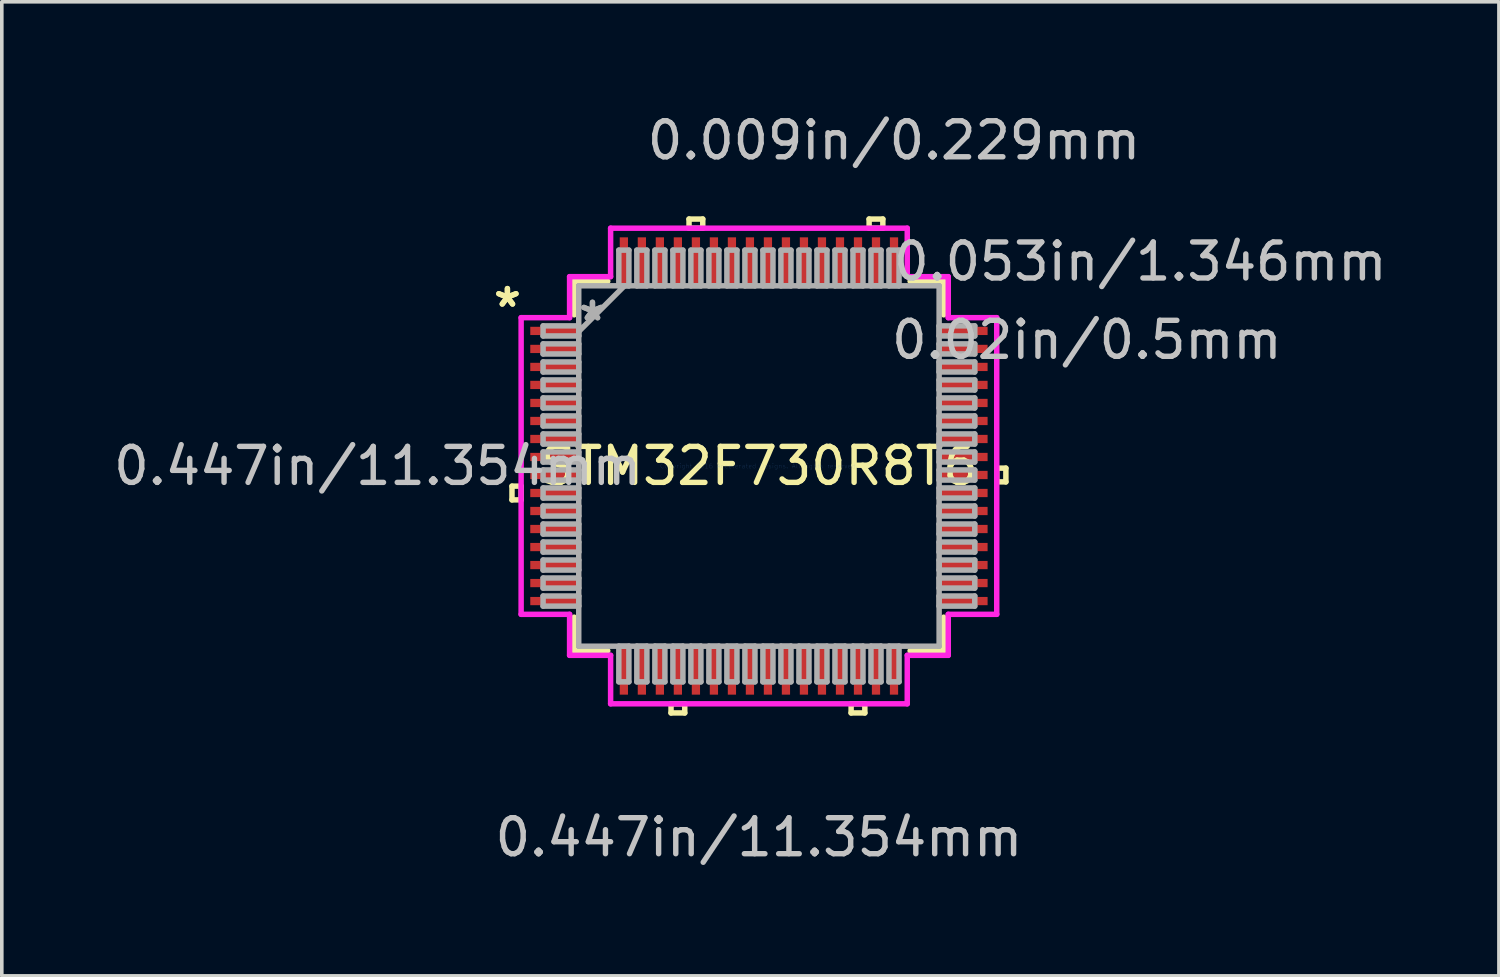
<source format=kicad_pcb>
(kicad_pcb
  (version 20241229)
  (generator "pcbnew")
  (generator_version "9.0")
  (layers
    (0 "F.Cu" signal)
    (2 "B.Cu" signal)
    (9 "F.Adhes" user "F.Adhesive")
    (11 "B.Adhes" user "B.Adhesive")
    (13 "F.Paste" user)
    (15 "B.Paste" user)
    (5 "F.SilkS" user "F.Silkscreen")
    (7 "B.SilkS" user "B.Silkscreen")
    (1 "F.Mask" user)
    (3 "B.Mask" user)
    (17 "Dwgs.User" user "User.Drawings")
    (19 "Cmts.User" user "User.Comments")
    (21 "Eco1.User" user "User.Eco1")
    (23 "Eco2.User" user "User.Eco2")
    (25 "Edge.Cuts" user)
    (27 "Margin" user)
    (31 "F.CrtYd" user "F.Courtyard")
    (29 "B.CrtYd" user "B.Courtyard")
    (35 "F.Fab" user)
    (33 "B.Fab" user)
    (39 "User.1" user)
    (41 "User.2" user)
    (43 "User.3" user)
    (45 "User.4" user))
  (footprint "STM32F730R8T6"
    (layer "F.Cu")
    (at 18.026 9.891)
    (property "Reference" "STM32F730R8T6" (at 0 0 0) (layer "F.SilkS") (effects (font (size 1 1) (thickness 0.15))))
    (attr through_hole)
    (fp_line (start -6.858 0.56) (end -6.858 0.941) (stroke (width 0.152) (type solid)) (layer "F.SilkS"))
    (fp_line (start -6.858 0.941) (end -6.604 0.941) (stroke (width 0.152) (type solid)) (layer "F.SilkS"))
    (fp_line (start -6.604 0.56) (end -6.858 0.56) (stroke (width 0.152) (type solid)) (layer "F.SilkS"))
    (fp_line (start -6.604 0.941) (end -6.604 0.56) (stroke (width 0.152) (type solid)) (layer "F.SilkS"))
    (fp_line (start -5.131 -5.131) (end -5.131 -4.198) (stroke (width 0.152) (type solid)) (layer "F.SilkS"))
    (fp_line (start -5.131 4.198) (end -5.131 5.131) (stroke (width 0.152) (type solid)) (layer "F.SilkS"))
    (fp_line (start -5.131 5.131) (end -4.198 5.131) (stroke (width 0.152) (type solid)) (layer "F.SilkS"))
    (fp_line (start -4.198 -5.131) (end -5.131 -5.131) (stroke (width 0.152) (type solid)) (layer "F.SilkS"))
    (fp_line (start -2.441 6.604) (end -2.441 6.858) (stroke (width 0.152) (type solid)) (layer "F.SilkS"))
    (fp_line (start -2.441 6.858) (end -2.06 6.858) (stroke (width 0.152) (type solid)) (layer "F.SilkS"))
    (fp_line (start -2.06 6.604) (end -2.441 6.604) (stroke (width 0.152) (type solid)) (layer "F.SilkS"))
    (fp_line (start -2.06 6.858) (end -2.06 6.604) (stroke (width 0.152) (type solid)) (layer "F.SilkS"))
    (fp_line (start -1.941 -6.858) (end -1.56 -6.858) (stroke (width 0.152) (type solid)) (layer "F.SilkS"))
    (fp_line (start -1.941 -6.604) (end -1.941 -6.858) (stroke (width 0.152) (type solid)) (layer "F.SilkS"))
    (fp_line (start -1.56 -6.858) (end -1.56 -6.604) (stroke (width 0.152) (type solid)) (layer "F.SilkS"))
    (fp_line (start -1.56 -6.604) (end -1.941 -6.604) (stroke (width 0.152) (type solid)) (layer "F.SilkS"))
    (fp_line (start 2.56 6.604) (end 2.56 6.858) (stroke (width 0.152) (type solid)) (layer "F.SilkS"))
    (fp_line (start 2.56 6.858) (end 2.941 6.858) (stroke (width 0.152) (type solid)) (layer "F.SilkS"))
    (fp_line (start 2.941 6.604) (end 2.56 6.604) (stroke (width 0.152) (type solid)) (layer "F.SilkS"))
    (fp_line (start 2.941 6.858) (end 2.941 6.604) (stroke (width 0.152) (type solid)) (layer "F.SilkS"))
    (fp_line (start 3.06 -6.858) (end 3.441 -6.858) (stroke (width 0.152) (type solid)) (layer "F.SilkS"))
    (fp_line (start 3.06 -6.604) (end 3.06 -6.858) (stroke (width 0.152) (type solid)) (layer "F.SilkS"))
    (fp_line (start 3.441 -6.858) (end 3.441 -6.604) (stroke (width 0.152) (type solid)) (layer "F.SilkS"))
    (fp_line (start 3.441 -6.604) (end 3.06 -6.604) (stroke (width 0.152) (type solid)) (layer "F.SilkS"))
    (fp_line (start 4.198 5.131) (end 5.131 5.131) (stroke (width 0.152) (type solid)) (layer "F.SilkS"))
    (fp_line (start 5.131 -5.131) (end 4.198 -5.131) (stroke (width 0.152) (type solid)) (layer "F.SilkS"))
    (fp_line (start 5.131 -4.198) (end 5.131 -5.131) (stroke (width 0.152) (type solid)) (layer "F.SilkS"))
    (fp_line (start 5.131 5.131) (end 5.131 4.198) (stroke (width 0.152) (type solid)) (layer "F.SilkS"))
    (fp_line (start 6.604 0.06) (end 6.858 0.06) (stroke (width 0.152) (type solid)) (layer "F.SilkS"))
    (fp_line (start 6.604 0.441) (end 6.604 0.06) (stroke (width 0.152) (type solid)) (layer "F.SilkS"))
    (fp_line (start 6.858 0.06) (end 6.858 0.441) (stroke (width 0.152) (type solid)) (layer "F.SilkS"))
    (fp_line (start 6.858 0.441) (end 6.604 0.441) (stroke (width 0.152) (type solid)) (layer "F.SilkS"))
    (fp_line (start -6.604 -4.119) (end -5.258 -4.119) (stroke (width 0.152) (type solid)) (layer "F.CrtYd"))
    (fp_line (start -6.604 4.119) (end -6.604 -4.119) (stroke (width 0.152) (type solid)) (layer "F.CrtYd"))
    (fp_line (start -5.258 -5.258) (end -4.119 -5.258) (stroke (width 0.152) (type solid)) (layer "F.CrtYd"))
    (fp_line (start -5.258 -4.119) (end -5.258 -5.258) (stroke (width 0.152) (type solid)) (layer "F.CrtYd"))
    (fp_line (start -5.258 4.119) (end -6.604 4.119) (stroke (width 0.152) (type solid)) (layer "F.CrtYd"))
    (fp_line (start -5.258 5.258) (end -5.258 4.119) (stroke (width 0.152) (type solid)) (layer "F.CrtYd"))
    (fp_line (start -4.119 -6.604) (end 4.119 -6.604) (stroke (width 0.152) (type solid)) (layer "F.CrtYd"))
    (fp_line (start -4.119 -5.258) (end -4.119 -6.604) (stroke (width 0.152) (type solid)) (layer "F.CrtYd"))
    (fp_line (start -4.119 5.258) (end -5.258 5.258) (stroke (width 0.152) (type solid)) (layer "F.CrtYd"))
    (fp_line (start -4.119 6.604) (end -4.119 5.258) (stroke (width 0.152) (type solid)) (layer "F.CrtYd"))
    (fp_line (start 4.119 -6.604) (end 4.119 -5.258) (stroke (width 0.152) (type solid)) (layer "F.CrtYd"))
    (fp_line (start 4.119 -5.258) (end 5.258 -5.258) (stroke (width 0.152) (type solid)) (layer "F.CrtYd"))
    (fp_line (start 4.119 5.258) (end 4.119 6.604) (stroke (width 0.152) (type solid)) (layer "F.CrtYd"))
    (fp_line (start 4.119 6.604) (end -4.119 6.604) (stroke (width 0.152) (type solid)) (layer "F.CrtYd"))
    (fp_line (start 5.258 -5.258) (end 5.258 -4.119) (stroke (width 0.152) (type solid)) (layer "F.CrtYd"))
    (fp_line (start 5.258 -4.119) (end 6.604 -4.119) (stroke (width 0.152) (type solid)) (layer "F.CrtYd"))
    (fp_line (start 5.258 4.119) (end 5.258 5.258) (stroke (width 0.152) (type solid)) (layer "F.CrtYd"))
    (fp_line (start 5.258 5.258) (end 4.119 5.258) (stroke (width 0.152) (type solid)) (layer "F.CrtYd"))
    (fp_line (start 6.604 -4.119) (end 6.604 4.119) (stroke (width 0.152) (type solid)) (layer "F.CrtYd"))
    (fp_line (start 6.604 4.119) (end 5.258 4.119) (stroke (width 0.152) (type solid)) (layer "F.CrtYd"))
    (fp_line (start -5.994 -3.891) (end -5.994 -3.611) (stroke (width 0.152) (type solid)) (layer "F.Fab"))
    (fp_line (start -5.994 -3.611) (end -5.004 -3.611) (stroke (width 0.152) (type solid)) (layer "F.Fab"))
    (fp_line (start -5.994 -3.391) (end -5.994 -3.111) (stroke (width 0.152) (type solid)) (layer "F.Fab"))
    (fp_line (start -5.994 -3.111) (end -5.004 -3.111) (stroke (width 0.152) (type solid)) (layer "F.Fab"))
    (fp_line (start -5.994 -2.89) (end -5.994 -2.611) (stroke (width 0.152) (type solid)) (layer "F.Fab"))
    (fp_line (start -5.994 -2.611) (end -5.004 -2.611) (stroke (width 0.152) (type solid)) (layer "F.Fab"))
    (fp_line (start -5.994 -2.39) (end -5.994 -2.111) (stroke (width 0.152) (type solid)) (layer "F.Fab"))
    (fp_line (start -5.994 -2.111) (end -5.004 -2.111) (stroke (width 0.152) (type solid)) (layer "F.Fab"))
    (fp_line (start -5.994 -1.89) (end -5.994 -1.611) (stroke (width 0.152) (type solid)) (layer "F.Fab"))
    (fp_line (start -5.994 -1.611) (end -5.004 -1.611) (stroke (width 0.152) (type solid)) (layer "F.Fab"))
    (fp_line (start -5.994 -1.39) (end -5.994 -1.111) (stroke (width 0.152) (type solid)) (layer "F.Fab"))
    (fp_line (start -5.994 -1.111) (end -5.004 -1.111) (stroke (width 0.152) (type solid)) (layer "F.Fab"))
    (fp_line (start -5.994 -0.89) (end -5.994 -0.61) (stroke (width 0.152) (type solid)) (layer "F.Fab"))
    (fp_line (start -5.994 -0.61) (end -5.004 -0.61) (stroke (width 0.152) (type solid)) (layer "F.Fab"))
    (fp_line (start -5.994 -0.39) (end -5.994 -0.11) (stroke (width 0.152) (type solid)) (layer "F.Fab"))
    (fp_line (start -5.994 -0.11) (end -5.004 -0.11) (stroke (width 0.152) (type solid)) (layer "F.Fab"))
    (fp_line (start -5.994 0.11) (end -5.994 0.39) (stroke (width 0.152) (type solid)) (layer "F.Fab"))
    (fp_line (start -5.994 0.39) (end -5.004 0.39) (stroke (width 0.152) (type solid)) (layer "F.Fab"))
    (fp_line (start -5.994 0.61) (end -5.994 0.89) (stroke (width 0.152) (type solid)) (layer "F.Fab"))
    (fp_line (start -5.994 0.89) (end -5.004 0.89) (stroke (width 0.152) (type solid)) (layer "F.Fab"))
    (fp_line (start -5.994 1.111) (end -5.994 1.39) (stroke (width 0.152) (type solid)) (layer "F.Fab"))
    (fp_line (start -5.994 1.39) (end -5.004 1.39) (stroke (width 0.152) (type solid)) (layer "F.Fab"))
    (fp_line (start -5.994 1.611) (end -5.994 1.89) (stroke (width 0.152) (type solid)) (layer "F.Fab"))
    (fp_line (start -5.994 1.89) (end -5.004 1.89) (stroke (width 0.152) (type solid)) (layer "F.Fab"))
    (fp_line (start -5.994 2.111) (end -5.994 2.39) (stroke (width 0.152) (type solid)) (layer "F.Fab"))
    (fp_line (start -5.994 2.39) (end -5.004 2.39) (stroke (width 0.152) (type solid)) (layer "F.Fab"))
    (fp_line (start -5.994 2.611) (end -5.994 2.89) (stroke (width 0.152) (type solid)) (layer "F.Fab"))
    (fp_line (start -5.994 2.89) (end -5.004 2.89) (stroke (width 0.152) (type solid)) (layer "F.Fab"))
    (fp_line (start -5.994 3.111) (end -5.994 3.391) (stroke (width 0.152) (type solid)) (layer "F.Fab"))
    (fp_line (start -5.994 3.391) (end -5.004 3.391) (stroke (width 0.152) (type solid)) (layer "F.Fab"))
    (fp_line (start -5.994 3.611) (end -5.994 3.891) (stroke (width 0.152) (type solid)) (layer "F.Fab"))
    (fp_line (start -5.994 3.891) (end -5.004 3.891) (stroke (width 0.152) (type solid)) (layer "F.Fab"))
    (fp_line (start -5.004 -5.004) (end -5.004 -5.004) (stroke (width 0.152) (type solid)) (layer "F.Fab"))
    (fp_line (start -5.004 -5.004) (end -5.004 5.004) (stroke (width 0.152) (type solid)) (layer "F.Fab"))
    (fp_line (start -5.004 -3.891) (end -5.994 -3.891) (stroke (width 0.152) (type solid)) (layer "F.Fab"))
    (fp_line (start -5.004 -3.734) (end -3.734 -5.004) (stroke (width 0.152) (type solid)) (layer "F.Fab"))
    (fp_line (start -5.004 -3.611) (end -5.004 -3.891) (stroke (width 0.152) (type solid)) (layer "F.Fab"))
    (fp_line (start -5.004 -3.391) (end -5.994 -3.391) (stroke (width 0.152) (type solid)) (layer "F.Fab"))
    (fp_line (start -5.004 -3.111) (end -5.004 -3.391) (stroke (width 0.152) (type solid)) (layer "F.Fab"))
    (fp_line (start -5.004 -2.89) (end -5.994 -2.89) (stroke (width 0.152) (type solid)) (layer "F.Fab"))
    (fp_line (start -5.004 -2.611) (end -5.004 -2.89) (stroke (width 0.152) (type solid)) (layer "F.Fab"))
    (fp_line (start -5.004 -2.39) (end -5.994 -2.39) (stroke (width 0.152) (type solid)) (layer "F.Fab"))
    (fp_line (start -5.004 -2.111) (end -5.004 -2.39) (stroke (width 0.152) (type solid)) (layer "F.Fab"))
    (fp_line (start -5.004 -1.89) (end -5.994 -1.89) (stroke (width 0.152) (type solid)) (layer "F.Fab"))
    (fp_line (start -5.004 -1.611) (end -5.004 -1.89) (stroke (width 0.152) (type solid)) (layer "F.Fab"))
    (fp_line (start -5.004 -1.39) (end -5.994 -1.39) (stroke (width 0.152) (type solid)) (layer "F.Fab"))
    (fp_line (start -5.004 -1.111) (end -5.004 -1.39) (stroke (width 0.152) (type solid)) (layer "F.Fab"))
    (fp_line (start -5.004 -0.89) (end -5.994 -0.89) (stroke (width 0.152) (type solid)) (layer "F.Fab"))
    (fp_line (start -5.004 -0.61) (end -5.004 -0.89) (stroke (width 0.152) (type solid)) (layer "F.Fab"))
    (fp_line (start -5.004 -0.39) (end -5.994 -0.39) (stroke (width 0.152) (type solid)) (layer "F.Fab"))
    (fp_line (start -5.004 -0.11) (end -5.004 -0.39) (stroke (width 0.152) (type solid)) (layer "F.Fab"))
    (fp_line (start -5.004 0.11) (end -5.994 0.11) (stroke (width 0.152) (type solid)) (layer "F.Fab"))
    (fp_line (start -5.004 0.39) (end -5.004 0.11) (stroke (width 0.152) (type solid)) (layer "F.Fab"))
    (fp_line (start -5.004 0.61) (end -5.994 0.61) (stroke (width 0.152) (type solid)) (layer "F.Fab"))
    (fp_line (start -5.004 0.89) (end -5.004 0.61) (stroke (width 0.152) (type solid)) (layer "F.Fab"))
    (fp_line (start -5.004 1.111) (end -5.994 1.111) (stroke (width 0.152) (type solid)) (layer "F.Fab"))
    (fp_line (start -5.004 1.39) (end -5.004 1.111) (stroke (width 0.152) (type solid)) (layer "F.Fab"))
    (fp_line (start -5.004 1.611) (end -5.994 1.611) (stroke (width 0.152) (type solid)) (layer "F.Fab"))
    (fp_line (start -5.004 1.89) (end -5.004 1.611) (stroke (width 0.152) (type solid)) (layer "F.Fab"))
    (fp_line (start -5.004 2.111) (end -5.994 2.111) (stroke (width 0.152) (type solid)) (layer "F.Fab"))
    (fp_line (start -5.004 2.39) (end -5.004 2.111) (stroke (width 0.152) (type solid)) (layer "F.Fab"))
    (fp_line (start -5.004 2.611) (end -5.994 2.611) (stroke (width 0.152) (type solid)) (layer "F.Fab"))
    (fp_line (start -5.004 2.89) (end -5.004 2.611) (stroke (width 0.152) (type solid)) (layer "F.Fab"))
    (fp_line (start -5.004 3.111) (end -5.994 3.111) (stroke (width 0.152) (type solid)) (layer "F.Fab"))
    (fp_line (start -5.004 3.391) (end -5.004 3.111) (stroke (width 0.152) (type solid)) (layer "F.Fab"))
    (fp_line (start -5.004 3.611) (end -5.994 3.611) (stroke (width 0.152) (type solid)) (layer "F.Fab"))
    (fp_line (start -5.004 3.891) (end -5.004 3.611) (stroke (width 0.152) (type solid)) (layer "F.Fab"))
    (fp_line (start -5.004 5.004) (end -5.004 5.004) (stroke (width 0.152) (type solid)) (layer "F.Fab"))
    (fp_line (start -5.004 5.004) (end 5.004 5.004) (stroke (width 0.152) (type solid)) (layer "F.Fab"))
    (fp_line (start -3.891 -5.994) (end -3.891 -5.004) (stroke (width 0.152) (type solid)) (layer "F.Fab"))
    (fp_line (start -3.891 -5.004) (end -3.611 -5.004) (stroke (width 0.152) (type solid)) (layer "F.Fab"))
    (fp_line (start -3.891 5.004) (end -3.891 5.994) (stroke (width 0.152) (type solid)) (layer "F.Fab"))
    (fp_line (start -3.891 5.994) (end -3.611 5.994) (stroke (width 0.152) (type solid)) (layer "F.Fab"))
    (fp_line (start -3.611 -5.994) (end -3.891 -5.994) (stroke (width 0.152) (type solid)) (layer "F.Fab"))
    (fp_line (start -3.611 -5.004) (end -3.611 -5.994) (stroke (width 0.152) (type solid)) (layer "F.Fab"))
    (fp_line (start -3.611 5.004) (end -3.891 5.004) (stroke (width 0.152) (type solid)) (layer "F.Fab"))
    (fp_line (start -3.611 5.994) (end -3.611 5.004) (stroke (width 0.152) (type solid)) (layer "F.Fab"))
    (fp_line (start -3.391 -5.994) (end -3.391 -5.004) (stroke (width 0.152) (type solid)) (layer "F.Fab"))
    (fp_line (start -3.391 -5.004) (end -3.111 -5.004) (stroke (width 0.152) (type solid)) (layer "F.Fab"))
    (fp_line (start -3.391 5.004) (end -3.391 5.994) (stroke (width 0.152) (type solid)) (layer "F.Fab"))
    (fp_line (start -3.391 5.994) (end -3.111 5.994) (stroke (width 0.152) (type solid)) (layer "F.Fab"))
    (fp_line (start -3.111 -5.994) (end -3.391 -5.994) (stroke (width 0.152) (type solid)) (layer "F.Fab"))
    (fp_line (start -3.111 -5.004) (end -3.111 -5.994) (stroke (width 0.152) (type solid)) (layer "F.Fab"))
    (fp_line (start -3.111 5.004) (end -3.391 5.004) (stroke (width 0.152) (type solid)) (layer "F.Fab"))
    (fp_line (start -3.111 5.994) (end -3.111 5.004) (stroke (width 0.152) (type solid)) (layer "F.Fab"))
    (fp_line (start -2.89 -5.994) (end -2.89 -5.004) (stroke (width 0.152) (type solid)) (layer "F.Fab"))
    (fp_line (start -2.89 -5.004) (end -2.611 -5.004) (stroke (width 0.152) (type solid)) (layer "F.Fab"))
    (fp_line (start -2.89 5.004) (end -2.89 5.994) (stroke (width 0.152) (type solid)) (layer "F.Fab"))
    (fp_line (start -2.89 5.994) (end -2.611 5.994) (stroke (width 0.152) (type solid)) (layer "F.Fab"))
    (fp_line (start -2.611 -5.994) (end -2.89 -5.994) (stroke (width 0.152) (type solid)) (layer "F.Fab"))
    (fp_line (start -2.611 -5.004) (end -2.611 -5.994) (stroke (width 0.152) (type solid)) (layer "F.Fab"))
    (fp_line (start -2.611 5.004) (end -2.89 5.004) (stroke (width 0.152) (type solid)) (layer "F.Fab"))
    (fp_line (start -2.611 5.994) (end -2.611 5.004) (stroke (width 0.152) (type solid)) (layer "F.Fab"))
    (fp_line (start -2.39 -5.994) (end -2.39 -5.004) (stroke (width 0.152) (type solid)) (layer "F.Fab"))
    (fp_line (start -2.39 -5.004) (end -2.111 -5.004) (stroke (width 0.152) (type solid)) (layer "F.Fab"))
    (fp_line (start -2.39 5.004) (end -2.39 5.994) (stroke (width 0.152) (type solid)) (layer "F.Fab"))
    (fp_line (start -2.39 5.994) (end -2.111 5.994) (stroke (width 0.152) (type solid)) (layer "F.Fab"))
    (fp_line (start -2.111 -5.994) (end -2.39 -5.994) (stroke (width 0.152) (type solid)) (layer "F.Fab"))
    (fp_line (start -2.111 -5.004) (end -2.111 -5.994) (stroke (width 0.152) (type solid)) (layer "F.Fab"))
    (fp_line (start -2.111 5.004) (end -2.39 5.004) (stroke (width 0.152) (type solid)) (layer "F.Fab"))
    (fp_line (start -2.111 5.994) (end -2.111 5.004) (stroke (width 0.152) (type solid)) (layer "F.Fab"))
    (fp_line (start -1.89 -5.994) (end -1.89 -5.004) (stroke (width 0.152) (type solid)) (layer "F.Fab"))
    (fp_line (start -1.89 -5.004) (end -1.611 -5.004) (stroke (width 0.152) (type solid)) (layer "F.Fab"))
    (fp_line (start -1.89 5.004) (end -1.89 5.994) (stroke (width 0.152) (type solid)) (layer "F.Fab"))
    (fp_line (start -1.89 5.994) (end -1.611 5.994) (stroke (width 0.152) (type solid)) (layer "F.Fab"))
    (fp_line (start -1.611 -5.994) (end -1.89 -5.994) (stroke (width 0.152) (type solid)) (layer "F.Fab"))
    (fp_line (start -1.611 -5.004) (end -1.611 -5.994) (stroke (width 0.152) (type solid)) (layer "F.Fab"))
    (fp_line (start -1.611 5.004) (end -1.89 5.004) (stroke (width 0.152) (type solid)) (layer "F.Fab"))
    (fp_line (start -1.611 5.994) (end -1.611 5.004) (stroke (width 0.152) (type solid)) (layer "F.Fab"))
    (fp_line (start -1.39 -5.994) (end -1.39 -5.004) (stroke (width 0.152) (type solid)) (layer "F.Fab"))
    (fp_line (start -1.39 -5.004) (end -1.111 -5.004) (stroke (width 0.152) (type solid)) (layer "F.Fab"))
    (fp_line (start -1.39 5.004) (end -1.39 5.994) (stroke (width 0.152) (type solid)) (layer "F.Fab"))
    (fp_line (start -1.39 5.994) (end -1.111 5.994) (stroke (width 0.152) (type solid)) (layer "F.Fab"))
    (fp_line (start -1.111 -5.994) (end -1.39 -5.994) (stroke (width 0.152) (type solid)) (layer "F.Fab"))
    (fp_line (start -1.111 -5.004) (end -1.111 -5.994) (stroke (width 0.152) (type solid)) (layer "F.Fab"))
    (fp_line (start -1.111 5.004) (end -1.39 5.004) (stroke (width 0.152) (type solid)) (layer "F.Fab"))
    (fp_line (start -1.111 5.994) (end -1.111 5.004) (stroke (width 0.152) (type solid)) (layer "F.Fab"))
    (fp_line (start -0.89 -5.994) (end -0.89 -5.004) (stroke (width 0.152) (type solid)) (layer "F.Fab"))
    (fp_line (start -0.89 -5.004) (end -0.61 -5.004) (stroke (width 0.152) (type solid)) (layer "F.Fab"))
    (fp_line (start -0.89 5.004) (end -0.89 5.994) (stroke (width 0.152) (type solid)) (layer "F.Fab"))
    (fp_line (start -0.89 5.994) (end -0.61 5.994) (stroke (width 0.152) (type solid)) (layer "F.Fab"))
    (fp_line (start -0.61 -5.994) (end -0.89 -5.994) (stroke (width 0.152) (type solid)) (layer "F.Fab"))
    (fp_line (start -0.61 -5.004) (end -0.61 -5.994) (stroke (width 0.152) (type solid)) (layer "F.Fab"))
    (fp_line (start -0.61 5.004) (end -0.89 5.004) (stroke (width 0.152) (type solid)) (layer "F.Fab"))
    (fp_line (start -0.61 5.994) (end -0.61 5.004) (stroke (width 0.152) (type solid)) (layer "F.Fab"))
    (fp_line (start -0.39 -5.994) (end -0.39 -5.004) (stroke (width 0.152) (type solid)) (layer "F.Fab"))
    (fp_line (start -0.39 -5.004) (end -0.11 -5.004) (stroke (width 0.152) (type solid)) (layer "F.Fab"))
    (fp_line (start -0.39 5.004) (end -0.39 5.994) (stroke (width 0.152) (type solid)) (layer "F.Fab"))
    (fp_line (start -0.39 5.994) (end -0.11 5.994) (stroke (width 0.152) (type solid)) (layer "F.Fab"))
    (fp_line (start -0.11 -5.994) (end -0.39 -5.994) (stroke (width 0.152) (type solid)) (layer "F.Fab"))
    (fp_line (start -0.11 -5.004) (end -0.11 -5.994) (stroke (width 0.152) (type solid)) (layer "F.Fab"))
    (fp_line (start -0.11 5.004) (end -0.39 5.004) (stroke (width 0.152) (type solid)) (layer "F.Fab"))
    (fp_line (start -0.11 5.994) (end -0.11 5.004) (stroke (width 0.152) (type solid)) (layer "F.Fab"))
    (fp_line (start 0.11 -5.994) (end 0.11 -5.004) (stroke (width 0.152) (type solid)) (layer "F.Fab"))
    (fp_line (start 0.11 -5.004) (end 0.39 -5.004) (stroke (width 0.152) (type solid)) (layer "F.Fab"))
    (fp_line (start 0.11 5.004) (end 0.11 5.994) (stroke (width 0.152) (type solid)) (layer "F.Fab"))
    (fp_line (start 0.11 5.994) (end 0.39 5.994) (stroke (width 0.152) (type solid)) (layer "F.Fab"))
    (fp_line (start 0.39 -5.994) (end 0.11 -5.994) (stroke (width 0.152) (type solid)) (layer "F.Fab"))
    (fp_line (start 0.39 -5.004) (end 0.39 -5.994) (stroke (width 0.152) (type solid)) (layer "F.Fab"))
    (fp_line (start 0.39 5.004) (end 0.11 5.004) (stroke (width 0.152) (type solid)) (layer "F.Fab"))
    (fp_line (start 0.39 5.994) (end 0.39 5.004) (stroke (width 0.152) (type solid)) (layer "F.Fab"))
    (fp_line (start 0.61 -5.994) (end 0.61 -5.004) (stroke (width 0.152) (type solid)) (layer "F.Fab"))
    (fp_line (start 0.61 -5.004) (end 0.89 -5.004) (stroke (width 0.152) (type solid)) (layer "F.Fab"))
    (fp_line (start 0.61 5.004) (end 0.61 5.994) (stroke (width 0.152) (type solid)) (layer "F.Fab"))
    (fp_line (start 0.61 5.994) (end 0.89 5.994) (stroke (width 0.152) (type solid)) (layer "F.Fab"))
    (fp_line (start 0.89 -5.994) (end 0.61 -5.994) (stroke (width 0.152) (type solid)) (layer "F.Fab"))
    (fp_line (start 0.89 -5.004) (end 0.89 -5.994) (stroke (width 0.152) (type solid)) (layer "F.Fab"))
    (fp_line (start 0.89 5.004) (end 0.61 5.004) (stroke (width 0.152) (type solid)) (layer "F.Fab"))
    (fp_line (start 0.89 5.994) (end 0.89 5.004) (stroke (width 0.152) (type solid)) (layer "F.Fab"))
    (fp_line (start 1.111 -5.994) (end 1.111 -5.004) (stroke (width 0.152) (type solid)) (layer "F.Fab"))
    (fp_line (start 1.111 -5.004) (end 1.39 -5.004) (stroke (width 0.152) (type solid)) (layer "F.Fab"))
    (fp_line (start 1.111 5.004) (end 1.111 5.994) (stroke (width 0.152) (type solid)) (layer "F.Fab"))
    (fp_line (start 1.111 5.994) (end 1.39 5.994) (stroke (width 0.152) (type solid)) (layer "F.Fab"))
    (fp_line (start 1.39 -5.994) (end 1.111 -5.994) (stroke (width 0.152) (type solid)) (layer "F.Fab"))
    (fp_line (start 1.39 -5.004) (end 1.39 -5.994) (stroke (width 0.152) (type solid)) (layer "F.Fab"))
    (fp_line (start 1.39 5.004) (end 1.111 5.004) (stroke (width 0.152) (type solid)) (layer "F.Fab"))
    (fp_line (start 1.39 5.994) (end 1.39 5.004) (stroke (width 0.152) (type solid)) (layer "F.Fab"))
    (fp_line (start 1.611 -5.994) (end 1.611 -5.004) (stroke (width 0.152) (type solid)) (layer "F.Fab"))
    (fp_line (start 1.611 -5.004) (end 1.89 -5.004) (stroke (width 0.152) (type solid)) (layer "F.Fab"))
    (fp_line (start 1.611 5.004) (end 1.611 5.994) (stroke (width 0.152) (type solid)) (layer "F.Fab"))
    (fp_line (start 1.611 5.994) (end 1.89 5.994) (stroke (width 0.152) (type solid)) (layer "F.Fab"))
    (fp_line (start 1.89 -5.994) (end 1.611 -5.994) (stroke (width 0.152) (type solid)) (layer "F.Fab"))
    (fp_line (start 1.89 -5.004) (end 1.89 -5.994) (stroke (width 0.152) (type solid)) (layer "F.Fab"))
    (fp_line (start 1.89 5.004) (end 1.611 5.004) (stroke (width 0.152) (type solid)) (layer "F.Fab"))
    (fp_line (start 1.89 5.994) (end 1.89 5.004) (stroke (width 0.152) (type solid)) (layer "F.Fab"))
    (fp_line (start 2.111 -5.994) (end 2.111 -5.004) (stroke (width 0.152) (type solid)) (layer "F.Fab"))
    (fp_line (start 2.111 -5.004) (end 2.39 -5.004) (stroke (width 0.152) (type solid)) (layer "F.Fab"))
    (fp_line (start 2.111 5.004) (end 2.111 5.994) (stroke (width 0.152) (type solid)) (layer "F.Fab"))
    (fp_line (start 2.111 5.994) (end 2.39 5.994) (stroke (width 0.152) (type solid)) (layer "F.Fab"))
    (fp_line (start 2.39 -5.994) (end 2.111 -5.994) (stroke (width 0.152) (type solid)) (layer "F.Fab"))
    (fp_line (start 2.39 -5.004) (end 2.39 -5.994) (stroke (width 0.152) (type solid)) (layer "F.Fab"))
    (fp_line (start 2.39 5.004) (end 2.111 5.004) (stroke (width 0.152) (type solid)) (layer "F.Fab"))
    (fp_line (start 2.39 5.994) (end 2.39 5.004) (stroke (width 0.152) (type solid)) (layer "F.Fab"))
    (fp_line (start 2.611 -5.994) (end 2.611 -5.004) (stroke (width 0.152) (type solid)) (layer "F.Fab"))
    (fp_line (start 2.611 -5.004) (end 2.89 -5.004) (stroke (width 0.152) (type solid)) (layer "F.Fab"))
    (fp_line (start 2.611 5.004) (end 2.611 5.994) (stroke (width 0.152) (type solid)) (layer "F.Fab"))
    (fp_line (start 2.611 5.994) (end 2.89 5.994) (stroke (width 0.152) (type solid)) (layer "F.Fab"))
    (fp_line (start 2.89 -5.994) (end 2.611 -5.994) (stroke (width 0.152) (type solid)) (layer "F.Fab"))
    (fp_line (start 2.89 -5.004) (end 2.89 -5.994) (stroke (width 0.152) (type solid)) (layer "F.Fab"))
    (fp_line (start 2.89 5.004) (end 2.611 5.004) (stroke (width 0.152) (type solid)) (layer "F.Fab"))
    (fp_line (start 2.89 5.994) (end 2.89 5.004) (stroke (width 0.152) (type solid)) (layer "F.Fab"))
    (fp_line (start 3.111 -5.994) (end 3.111 -5.004) (stroke (width 0.152) (type solid)) (layer "F.Fab"))
    (fp_line (start 3.111 -5.004) (end 3.391 -5.004) (stroke (width 0.152) (type solid)) (layer "F.Fab"))
    (fp_line (start 3.111 5.004) (end 3.111 5.994) (stroke (width 0.152) (type solid)) (layer "F.Fab"))
    (fp_line (start 3.111 5.994) (end 3.391 5.994) (stroke (width 0.152) (type solid)) (layer "F.Fab"))
    (fp_line (start 3.391 -5.994) (end 3.111 -5.994) (stroke (width 0.152) (type solid)) (layer "F.Fab"))
    (fp_line (start 3.391 -5.004) (end 3.391 -5.994) (stroke (width 0.152) (type solid)) (layer "F.Fab"))
    (fp_line (start 3.391 5.004) (end 3.111 5.004) (stroke (width 0.152) (type solid)) (layer "F.Fab"))
    (fp_line (start 3.391 5.994) (end 3.391 5.004) (stroke (width 0.152) (type solid)) (layer "F.Fab"))
    (fp_line (start 3.611 -5.994) (end 3.611 -5.004) (stroke (width 0.152) (type solid)) (layer "F.Fab"))
    (fp_line (start 3.611 -5.004) (end 3.891 -5.004) (stroke (width 0.152) (type solid)) (layer "F.Fab"))
    (fp_line (start 3.611 5.004) (end 3.611 5.994) (stroke (width 0.152) (type solid)) (layer "F.Fab"))
    (fp_line (start 3.611 5.994) (end 3.891 5.994) (stroke (width 0.152) (type solid)) (layer "F.Fab"))
    (fp_line (start 3.891 -5.994) (end 3.611 -5.994) (stroke (width 0.152) (type solid)) (layer "F.Fab"))
    (fp_line (start 3.891 -5.004) (end 3.891 -5.994) (stroke (width 0.152) (type solid)) (layer "F.Fab"))
    (fp_line (start 3.891 5.004) (end 3.611 5.004) (stroke (width 0.152) (type solid)) (layer "F.Fab"))
    (fp_line (start 3.891 5.994) (end 3.891 5.004) (stroke (width 0.152) (type solid)) (layer "F.Fab"))
    (fp_line (start 5.004 -5.004) (end -5.004 -5.004) (stroke (width 0.152) (type solid)) (layer "F.Fab"))
    (fp_line (start 5.004 -5.004) (end 5.004 -5.004) (stroke (width 0.152) (type solid)) (layer "F.Fab"))
    (fp_line (start 5.004 -3.891) (end 5.004 -3.611) (stroke (width 0.152) (type solid)) (layer "F.Fab"))
    (fp_line (start 5.004 -3.611) (end 5.994 -3.611) (stroke (width 0.152) (type solid)) (layer "F.Fab"))
    (fp_line (start 5.004 -3.391) (end 5.004 -3.111) (stroke (width 0.152) (type solid)) (layer "F.Fab"))
    (fp_line (start 5.004 -3.111) (end 5.994 -3.111) (stroke (width 0.152) (type solid)) (layer "F.Fab"))
    (fp_line (start 5.004 -2.89) (end 5.004 -2.611) (stroke (width 0.152) (type solid)) (layer "F.Fab"))
    (fp_line (start 5.004 -2.611) (end 5.994 -2.611) (stroke (width 0.152) (type solid)) (layer "F.Fab"))
    (fp_line (start 5.004 -2.39) (end 5.004 -2.111) (stroke (width 0.152) (type solid)) (layer "F.Fab"))
    (fp_line (start 5.004 -2.111) (end 5.994 -2.111) (stroke (width 0.152) (type solid)) (layer "F.Fab"))
    (fp_line (start 5.004 -1.89) (end 5.004 -1.611) (stroke (width 0.152) (type solid)) (layer "F.Fab"))
    (fp_line (start 5.004 -1.611) (end 5.994 -1.611) (stroke (width 0.152) (type solid)) (layer "F.Fab"))
    (fp_line (start 5.004 -1.39) (end 5.004 -1.111) (stroke (width 0.152) (type solid)) (layer "F.Fab"))
    (fp_line (start 5.004 -1.111) (end 5.994 -1.111) (stroke (width 0.152) (type solid)) (layer "F.Fab"))
    (fp_line (start 5.004 -0.89) (end 5.004 -0.61) (stroke (width 0.152) (type solid)) (layer "F.Fab"))
    (fp_line (start 5.004 -0.61) (end 5.994 -0.61) (stroke (width 0.152) (type solid)) (layer "F.Fab"))
    (fp_line (start 5.004 -0.39) (end 5.004 -0.11) (stroke (width 0.152) (type solid)) (layer "F.Fab"))
    (fp_line (start 5.004 -0.11) (end 5.994 -0.11) (stroke (width 0.152) (type solid)) (layer "F.Fab"))
    (fp_line (start 5.004 0.11) (end 5.004 0.39) (stroke (width 0.152) (type solid)) (layer "F.Fab"))
    (fp_line (start 5.004 0.39) (end 5.994 0.39) (stroke (width 0.152) (type solid)) (layer "F.Fab"))
    (fp_line (start 5.004 0.61) (end 5.004 0.89) (stroke (width 0.152) (type solid)) (layer "F.Fab"))
    (fp_line (start 5.004 0.89) (end 5.994 0.89) (stroke (width 0.152) (type solid)) (layer "F.Fab"))
    (fp_line (start 5.004 1.111) (end 5.004 1.39) (stroke (width 0.152) (type solid)) (layer "F.Fab"))
    (fp_line (start 5.004 1.39) (end 5.994 1.39) (stroke (width 0.152) (type solid)) (layer "F.Fab"))
    (fp_line (start 5.004 1.611) (end 5.004 1.89) (stroke (width 0.152) (type solid)) (layer "F.Fab"))
    (fp_line (start 5.004 1.89) (end 5.994 1.89) (stroke (width 0.152) (type solid)) (layer "F.Fab"))
    (fp_line (start 5.004 2.111) (end 5.004 2.39) (stroke (width 0.152) (type solid)) (layer "F.Fab"))
    (fp_line (start 5.004 2.39) (end 5.994 2.39) (stroke (width 0.152) (type solid)) (layer "F.Fab"))
    (fp_line (start 5.004 2.611) (end 5.004 2.89) (stroke (width 0.152) (type solid)) (layer "F.Fab"))
    (fp_line (start 5.004 2.89) (end 5.994 2.89) (stroke (width 0.152) (type solid)) (layer "F.Fab"))
    (fp_line (start 5.004 3.111) (end 5.004 3.391) (stroke (width 0.152) (type solid)) (layer "F.Fab"))
    (fp_line (start 5.004 3.391) (end 5.994 3.391) (stroke (width 0.152) (type solid)) (layer "F.Fab"))
    (fp_line (start 5.004 3.611) (end 5.004 3.891) (stroke (width 0.152) (type solid)) (layer "F.Fab"))
    (fp_line (start 5.004 3.891) (end 5.994 3.891) (stroke (width 0.152) (type solid)) (layer "F.Fab"))
    (fp_line (start 5.004 5.004) (end 5.004 -5.004) (stroke (width 0.152) (type solid)) (layer "F.Fab"))
    (fp_line (start 5.004 5.004) (end 5.004 5.004) (stroke (width 0.152) (type solid)) (layer "F.Fab"))
    (fp_line (start 5.994 -3.891) (end 5.004 -3.891) (stroke (width 0.152) (type solid)) (layer "F.Fab"))
    (fp_line (start 5.994 -3.611) (end 5.994 -3.891) (stroke (width 0.152) (type solid)) (layer "F.Fab"))
    (fp_line (start 5.994 -3.391) (end 5.004 -3.391) (stroke (width 0.152) (type solid)) (layer "F.Fab"))
    (fp_line (start 5.994 -3.111) (end 5.994 -3.391) (stroke (width 0.152) (type solid)) (layer "F.Fab"))
    (fp_line (start 5.994 -2.89) (end 5.004 -2.89) (stroke (width 0.152) (type solid)) (layer "F.Fab"))
    (fp_line (start 5.994 -2.611) (end 5.994 -2.89) (stroke (width 0.152) (type solid)) (layer "F.Fab"))
    (fp_line (start 5.994 -2.39) (end 5.004 -2.39) (stroke (width 0.152) (type solid)) (layer "F.Fab"))
    (fp_line (start 5.994 -2.111) (end 5.994 -2.39) (stroke (width 0.152) (type solid)) (layer "F.Fab"))
    (fp_line (start 5.994 -1.89) (end 5.004 -1.89) (stroke (width 0.152) (type solid)) (layer "F.Fab"))
    (fp_line (start 5.994 -1.611) (end 5.994 -1.89) (stroke (width 0.152) (type solid)) (layer "F.Fab"))
    (fp_line (start 5.994 -1.39) (end 5.004 -1.39) (stroke (width 0.152) (type solid)) (layer "F.Fab"))
    (fp_line (start 5.994 -1.111) (end 5.994 -1.39) (stroke (width 0.152) (type solid)) (layer "F.Fab"))
    (fp_line (start 5.994 -0.89) (end 5.004 -0.89) (stroke (width 0.152) (type solid)) (layer "F.Fab"))
    (fp_line (start 5.994 -0.61) (end 5.994 -0.89) (stroke (width 0.152) (type solid)) (layer "F.Fab"))
    (fp_line (start 5.994 -0.39) (end 5.004 -0.39) (stroke (width 0.152) (type solid)) (layer "F.Fab"))
    (fp_line (start 5.994 -0.11) (end 5.994 -0.39) (stroke (width 0.152) (type solid)) (layer "F.Fab"))
    (fp_line (start 5.994 0.11) (end 5.004 0.11) (stroke (width 0.152) (type solid)) (layer "F.Fab"))
    (fp_line (start 5.994 0.39) (end 5.994 0.11) (stroke (width 0.152) (type solid)) (layer "F.Fab"))
    (fp_line (start 5.994 0.61) (end 5.004 0.61) (stroke (width 0.152) (type solid)) (layer "F.Fab"))
    (fp_line (start 5.994 0.89) (end 5.994 0.61) (stroke (width 0.152) (type solid)) (layer "F.Fab"))
    (fp_line (start 5.994 1.111) (end 5.004 1.111) (stroke (width 0.152) (type solid)) (layer "F.Fab"))
    (fp_line (start 5.994 1.39) (end 5.994 1.111) (stroke (width 0.152) (type solid)) (layer "F.Fab"))
    (fp_line (start 5.994 1.611) (end 5.004 1.611) (stroke (width 0.152) (type solid)) (layer "F.Fab"))
    (fp_line (start 5.994 1.89) (end 5.994 1.611) (stroke (width 0.152) (type solid)) (layer "F.Fab"))
    (fp_line (start 5.994 2.111) (end 5.004 2.111) (stroke (width 0.152) (type solid)) (layer "F.Fab"))
    (fp_line (start 5.994 2.39) (end 5.994 2.111) (stroke (width 0.152) (type solid)) (layer "F.Fab"))
    (fp_line (start 5.994 2.611) (end 5.004 2.611) (stroke (width 0.152) (type solid)) (layer "F.Fab"))
    (fp_line (start 5.994 2.89) (end 5.994 2.611) (stroke (width 0.152) (type solid)) (layer "F.Fab"))
    (fp_line (start 5.994 3.111) (end 5.004 3.111) (stroke (width 0.152) (type solid)) (layer "F.Fab"))
    (fp_line (start 5.994 3.391) (end 5.994 3.111) (stroke (width 0.152) (type solid)) (layer "F.Fab"))
    (fp_line (start 5.994 3.611) (end 5.004 3.611) (stroke (width 0.152) (type solid)) (layer "F.Fab"))
    (fp_line (start 5.994 3.891) (end 5.994 3.611) (stroke (width 0.152) (type solid)) (layer "F.Fab"))
    (fp_text user "*" (at -6.985 -4.382 0) (layer "F.SilkS") (effects (font (size 1 1) (thickness 0.15))))
    (fp_text user "*" (at -6.985 -4.382 0) (layer "F.SilkS") (effects (font (size 1 1) (thickness 0.15))))
    (fp_text user "0.447in/11.354mm" (at -10.592 0 0) (layer "Dwgs.User") (effects (font (size 1 1) (thickness 0.15))))
    (fp_text user "0.447in/11.354mm" (at 0 10.312 0) (layer "Dwgs.User") (effects (font (size 1 1) (thickness 0.15))))
    (fp_text user "0.009in/0.229mm" (at 3.751 -9.042 0) (layer "Dwgs.User") (effects (font (size 1 1) (thickness 0.15))))
    (fp_text user "0.053in/1.346mm" (at 10.592 -5.677 0) (layer "Dwgs.User") (effects (font (size 1 1) (thickness 0.15))))
    (fp_text user "0.02in/0.5mm" (at 9.106 -3.501 0) (layer "Dwgs.User") (effects (font (size 1 1) (thickness 0.15))))
    (fp_text user "Copyright 2016 Accelerated Designs. All rights reserved." (at 0 0 0) (layer "Cmts.User") (effects (font (size 0.127 0.127) (thickness 0.002))))
    (fp_text user "*" (at -4.623 -4.001 0) (layer "F.Fab") (effects (font (size 1 1) (thickness 0.15))))
    (fp_text user "*" (at -4.623 -4.001 0) (layer "F.Fab") (effects (font (size 1 1) (thickness 0.15))))
    (pad "1" smd rect (at -5.677 -3.751 90) (size 0.229 1.346) (layers "F.Cu" "F.Mask" "F.Paste"))
    (pad "2" smd rect (at -5.677 -3.251 90) (size 0.229 1.346) (layers "F.Cu" "F.Mask" "F.Paste"))
    (pad "3" smd rect (at -5.677 -2.751 90) (size 0.229 1.346) (layers "F.Cu" "F.Mask" "F.Paste"))
    (pad "4" smd rect (at -5.677 -2.251 90) (size 0.229 1.346) (layers "F.Cu" "F.Mask" "F.Paste"))
    (pad "5" smd rect (at -5.677 -1.75 90) (size 0.229 1.346) (layers "F.Cu" "F.Mask" "F.Paste"))
    (pad "6" smd rect (at -5.677 -1.25 90) (size 0.229 1.346) (layers "F.Cu" "F.Mask" "F.Paste"))
    (pad "7" smd rect (at -5.677 -0.75 90) (size 0.229 1.346) (layers "F.Cu" "F.Mask" "F.Paste"))
    (pad "8" smd rect (at -5.677 -0.25 90) (size 0.229 1.346) (layers "F.Cu" "F.Mask" "F.Paste"))
    (pad "9" smd rect (at -5.677 0.25 90) (size 0.229 1.346) (layers "F.Cu" "F.Mask" "F.Paste"))
    (pad "10" smd rect (at -5.677 0.75 90) (size 0.229 1.346) (layers "F.Cu" "F.Mask" "F.Paste"))
    (pad "11" smd rect (at -5.677 1.25 90) (size 0.229 1.346) (layers "F.Cu" "F.Mask" "F.Paste"))
    (pad "12" smd rect (at -5.677 1.75 90) (size 0.229 1.346) (layers "F.Cu" "F.Mask" "F.Paste"))
    (pad "13" smd rect (at -5.677 2.251 90) (size 0.229 1.346) (layers "F.Cu" "F.Mask" "F.Paste"))
    (pad "14" smd rect (at -5.677 2.751 90) (size 0.229 1.346) (layers "F.Cu" "F.Mask" "F.Paste"))
    (pad "15" smd rect (at -5.677 3.251 90) (size 0.229 1.346) (layers "F.Cu" "F.Mask" "F.Paste"))
    (pad "16" smd rect (at -5.677 3.751 90) (size 0.229 1.346) (layers "F.Cu" "F.Mask" "F.Paste"))
    (pad "17" smd rect (at -3.751 5.677) (size 0.229 1.346) (layers "F.Cu" "F.Mask" "F.Paste"))
    (pad "18" smd rect (at -3.251 5.677) (size 0.229 1.346) (layers "F.Cu" "F.Mask" "F.Paste"))
    (pad "19" smd rect (at -2.751 5.677) (size 0.229 1.346) (layers "F.Cu" "F.Mask" "F.Paste"))
    (pad "20" smd rect (at -2.251 5.677) (size 0.229 1.346) (layers "F.Cu" "F.Mask" "F.Paste"))
    (pad "21" smd rect (at -1.75 5.677) (size 0.229 1.346) (layers "F.Cu" "F.Mask" "F.Paste"))
    (pad "22" smd rect (at -1.25 5.677) (size 0.229 1.346) (layers "F.Cu" "F.Mask" "F.Paste"))
    (pad "23" smd rect (at -0.75 5.677) (size 0.229 1.346) (layers "F.Cu" "F.Mask" "F.Paste"))
    (pad "24" smd rect (at -0.25 5.677) (size 0.229 1.346) (layers "F.Cu" "F.Mask" "F.Paste"))
    (pad "25" smd rect (at 0.25 5.677) (size 0.229 1.346) (layers "F.Cu" "F.Mask" "F.Paste"))
    (pad "26" smd rect (at 0.75 5.677) (size 0.229 1.346) (layers "F.Cu" "F.Mask" "F.Paste"))
    (pad "27" smd rect (at 1.25 5.677) (size 0.229 1.346) (layers "F.Cu" "F.Mask" "F.Paste"))
    (pad "28" smd rect (at 1.75 5.677) (size 0.229 1.346) (layers "F.Cu" "F.Mask" "F.Paste"))
    (pad "29" smd rect (at 2.251 5.677) (size 0.229 1.346) (layers "F.Cu" "F.Mask" "F.Paste"))
    (pad "30" smd rect (at 2.751 5.677) (size 0.229 1.346) (layers "F.Cu" "F.Mask" "F.Paste"))
    (pad "31" smd rect (at 3.251 5.677) (size 0.229 1.346) (layers "F.Cu" "F.Mask" "F.Paste"))
    (pad "32" smd rect (at 3.751 5.677) (size 0.229 1.346) (layers "F.Cu" "F.Mask" "F.Paste"))
    (pad "33" smd rect (at 5.677 3.751 90) (size 0.229 1.346) (layers "F.Cu" "F.Mask" "F.Paste"))
    (pad "34" smd rect (at 5.677 3.251 90) (size 0.229 1.346) (layers "F.Cu" "F.Mask" "F.Paste"))
    (pad "35" smd rect (at 5.677 2.751 90) (size 0.229 1.346) (layers "F.Cu" "F.Mask" "F.Paste"))
    (pad "36" smd rect (at 5.677 2.251 90) (size 0.229 1.346) (layers "F.Cu" "F.Mask" "F.Paste"))
    (pad "37" smd rect (at 5.677 1.75 90) (size 0.229 1.346) (layers "F.Cu" "F.Mask" "F.Paste"))
    (pad "38" smd rect (at 5.677 1.25 90) (size 0.229 1.346) (layers "F.Cu" "F.Mask" "F.Paste"))
    (pad "39" smd rect (at 5.677 0.75 90) (size 0.229 1.346) (layers "F.Cu" "F.Mask" "F.Paste"))
    (pad "40" smd rect (at 5.677 0.25 90) (size 0.229 1.346) (layers "F.Cu" "F.Mask" "F.Paste"))
    (pad "41" smd rect (at 5.677 -0.25 90) (size 0.229 1.346) (layers "F.Cu" "F.Mask" "F.Paste"))
    (pad "42" smd rect (at 5.677 -0.75 90) (size 0.229 1.346) (layers "F.Cu" "F.Mask" "F.Paste"))
    (pad "43" smd rect (at 5.677 -1.25 90) (size 0.229 1.346) (layers "F.Cu" "F.Mask" "F.Paste"))
    (pad "44" smd rect (at 5.677 -1.75 90) (size 0.229 1.346) (layers "F.Cu" "F.Mask" "F.Paste"))
    (pad "45" smd rect (at 5.677 -2.251 90) (size 0.229 1.346) (layers "F.Cu" "F.Mask" "F.Paste"))
    (pad "46" smd rect (at 5.677 -2.751 90) (size 0.229 1.346) (layers "F.Cu" "F.Mask" "F.Paste"))
    (pad "47" smd rect (at 5.677 -3.251 90) (size 0.229 1.346) (layers "F.Cu" "F.Mask" "F.Paste"))
    (pad "48" smd rect (at 5.677 -3.751 90) (size 0.229 1.346) (layers "F.Cu" "F.Mask" "F.Paste"))
    (pad "49" smd rect (at 3.751 -5.677) (size 0.229 1.346) (layers "F.Cu" "F.Mask" "F.Paste"))
    (pad "50" smd rect (at 3.251 -5.677) (size 0.229 1.346) (layers "F.Cu" "F.Mask" "F.Paste"))
    (pad "51" smd rect (at 2.751 -5.677) (size 0.229 1.346) (layers "F.Cu" "F.Mask" "F.Paste"))
    (pad "52" smd rect (at 2.251 -5.677) (size 0.229 1.346) (layers "F.Cu" "F.Mask" "F.Paste"))
    (pad "53" smd rect (at 1.75 -5.677) (size 0.229 1.346) (layers "F.Cu" "F.Mask" "F.Paste"))
    (pad "54" smd rect (at 1.25 -5.677) (size 0.229 1.346) (layers "F.Cu" "F.Mask" "F.Paste"))
    (pad "55" smd rect (at 0.75 -5.677) (size 0.229 1.346) (layers "F.Cu" "F.Mask" "F.Paste"))
    (pad "56" smd rect (at 0.25 -5.677) (size 0.229 1.346) (layers "F.Cu" "F.Mask" "F.Paste"))
    (pad "57" smd rect (at -0.25 -5.677) (size 0.229 1.346) (layers "F.Cu" "F.Mask" "F.Paste"))
    (pad "58" smd rect (at -0.75 -5.677) (size 0.229 1.346) (layers "F.Cu" "F.Mask" "F.Paste"))
    (pad "59" smd rect (at -1.25 -5.677) (size 0.229 1.346) (layers "F.Cu" "F.Mask" "F.Paste"))
    (pad "60" smd rect (at -1.75 -5.677) (size 0.229 1.346) (layers "F.Cu" "F.Mask" "F.Paste"))
    (pad "61" smd rect (at -2.251 -5.677) (size 0.229 1.346) (layers "F.Cu" "F.Mask" "F.Paste"))
    (pad "62" smd rect (at -2.751 -5.677) (size 0.229 1.346) (layers "F.Cu" "F.Mask" "F.Paste"))
    (pad "63" smd rect (at -3.251 -5.677) (size 0.229 1.346) (layers "F.Cu" "F.Mask" "F.Paste"))
    (pad "64" smd rect (at -3.751 -5.677) (size 0.229 1.346) (layers "F.Cu" "F.Mask" "F.Paste")))
  (gr_rect
    (start -3 -3)
    (end 38.576 24.051)
    (stroke (width 0.1) (type default))
    (fill no)
    (layer "Edge.Cuts")))
</source>
